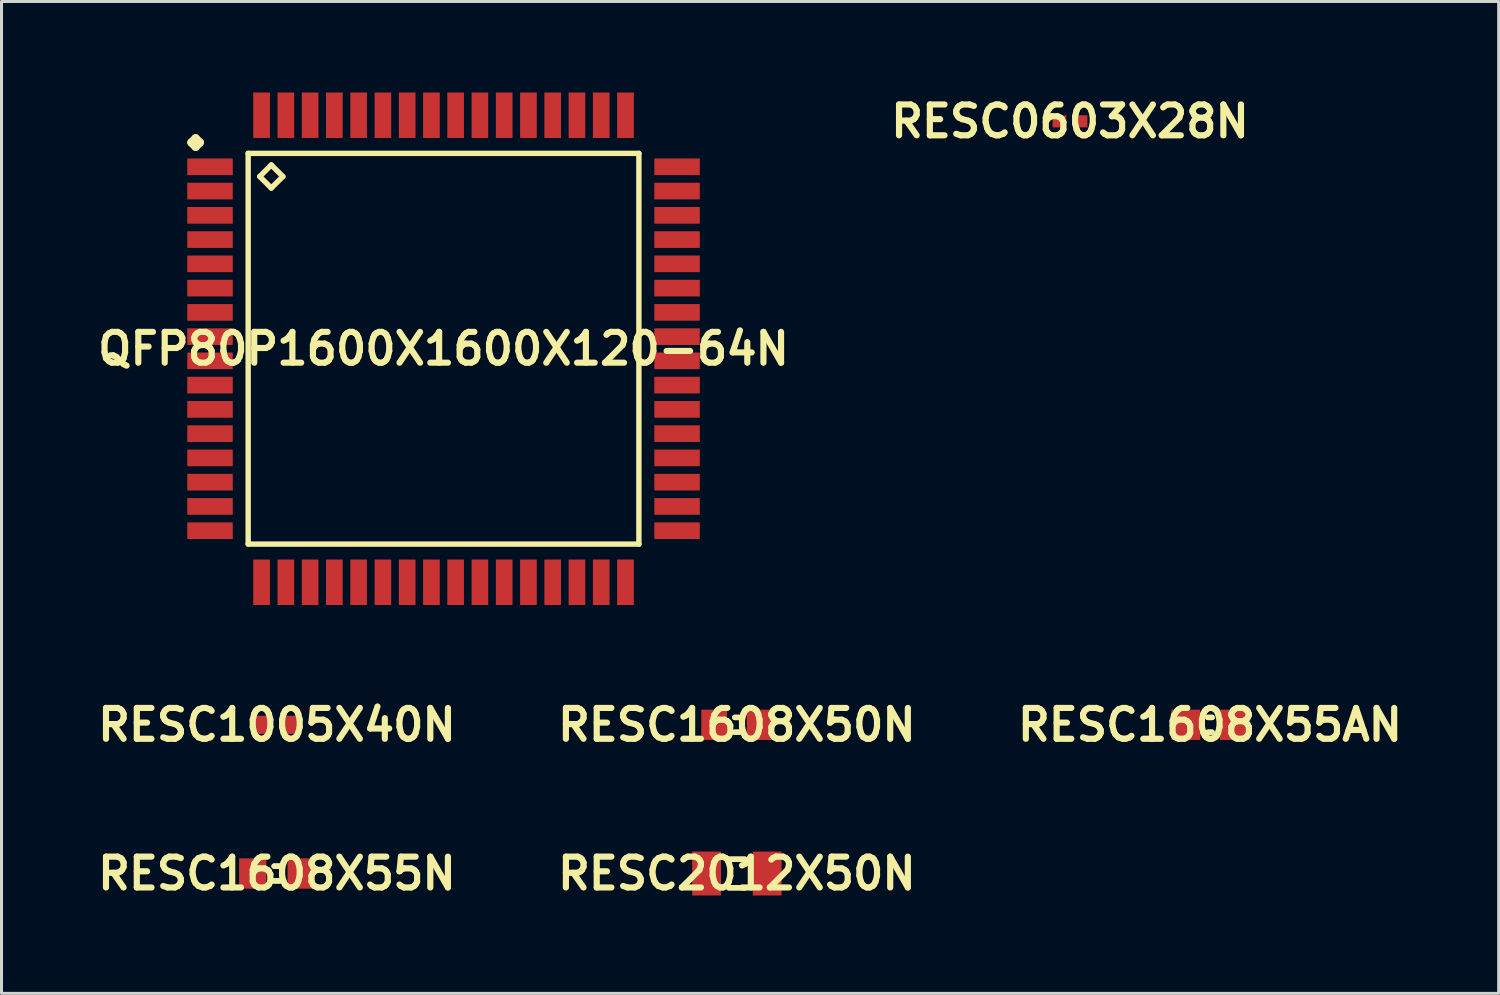
<source format=kicad_pcb>
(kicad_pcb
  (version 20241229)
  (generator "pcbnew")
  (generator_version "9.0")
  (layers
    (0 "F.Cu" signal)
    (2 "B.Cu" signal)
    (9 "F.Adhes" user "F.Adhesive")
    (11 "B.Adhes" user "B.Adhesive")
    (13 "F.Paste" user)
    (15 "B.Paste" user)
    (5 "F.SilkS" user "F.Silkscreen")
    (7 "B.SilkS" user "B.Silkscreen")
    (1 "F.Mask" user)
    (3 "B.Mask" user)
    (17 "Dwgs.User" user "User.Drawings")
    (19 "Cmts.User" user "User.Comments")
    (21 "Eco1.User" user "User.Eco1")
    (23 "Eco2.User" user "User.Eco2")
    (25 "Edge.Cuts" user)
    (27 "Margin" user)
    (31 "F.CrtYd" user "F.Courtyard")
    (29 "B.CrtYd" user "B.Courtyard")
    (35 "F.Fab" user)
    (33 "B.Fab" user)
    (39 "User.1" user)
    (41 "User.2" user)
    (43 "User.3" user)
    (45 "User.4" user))
  (footprint "RESC1005X40N"
    (layer "F.Cu")
    (at 6.081 20.847)
    (property "Reference" "RESC1005X40N" (at 0 0 0) (layer "F.SilkS") (effects (font (size 1.016 1.016) (thickness 0.203))))
    (attr smd)
    (pad "1" smd rect (at -0.45 0) (size 0.599 0.599) (layers "F.Cu" "F.Mask" "F.Paste"))
    (pad "2" smd rect (at 0.45 0) (size 0.599 0.599) (layers "F.Cu" "F.Mask" "F.Paste")))
  (footprint "QFP80P1600X1600X120-64N"
    (layer "F.Cu")
    (at 11.573 8.448)
    (property "Reference" "QFP80P1600X1600X120-64N" (at 0 0 0) (layer "F.SilkS") (effects (font (size 1.016 1.016) (thickness 0.203))))
    (attr smd)
    (fp_line (start -8.311 -6.8) (end -8.174 -6.937) (stroke (width 0.274) (type solid)) (layer "F.SilkS"))
    (fp_line (start -8.174 -6.937) (end -8.037 -6.8) (stroke (width 0.274) (type solid)) (layer "F.SilkS"))
    (fp_line (start -8.174 -6.662) (end -8.311 -6.8) (stroke (width 0.274) (type solid)) (layer "F.SilkS"))
    (fp_line (start -8.037 -6.8) (end -8.174 -6.662) (stroke (width 0.274) (type solid)) (layer "F.SilkS"))
    (fp_line (start -6.441 -6.441) (end -6.441 6.441) (stroke (width 0.178) (type solid)) (layer "F.SilkS"))
    (fp_line (start -6.441 6.441) (end 6.441 6.441) (stroke (width 0.178) (type solid)) (layer "F.SilkS"))
    (fp_line (start -6.06 -5.679) (end -5.679 -6.06) (stroke (width 0.178) (type solid)) (layer "F.SilkS"))
    (fp_line (start -5.679 -6.06) (end -5.298 -5.679) (stroke (width 0.178) (type solid)) (layer "F.SilkS"))
    (fp_line (start -5.679 -5.298) (end -6.06 -5.679) (stroke (width 0.178) (type solid)) (layer "F.SilkS"))
    (fp_line (start -5.298 -5.679) (end -5.679 -5.298) (stroke (width 0.178) (type solid)) (layer "F.SilkS"))
    (fp_line (start 6.441 -6.441) (end -6.441 -6.441) (stroke (width 0.178) (type solid)) (layer "F.SilkS"))
    (fp_line (start 6.441 6.441) (end 6.441 -6.441) (stroke (width 0.178) (type solid)) (layer "F.SilkS"))
    (pad "1" smd rect (at -7.699 -5.999) (size 1.499 0.549) (layers "F.Cu" "F.Mask" "F.Paste"))
    (pad "2" smd rect (at -7.699 -5.199) (size 1.499 0.549) (layers "F.Cu" "F.Mask" "F.Paste"))
    (pad "3" smd rect (at -7.699 -4.399) (size 1.499 0.549) (layers "F.Cu" "F.Mask" "F.Paste"))
    (pad "4" smd rect (at -7.699 -3.599) (size 1.499 0.549) (layers "F.Cu" "F.Mask" "F.Paste"))
    (pad "5" smd rect (at -7.699 -2.799) (size 1.499 0.549) (layers "F.Cu" "F.Mask" "F.Paste"))
    (pad "6" smd rect (at -7.699 -1.999) (size 1.499 0.549) (layers "F.Cu" "F.Mask" "F.Paste"))
    (pad "7" smd rect (at -7.699 -1.199) (size 1.499 0.549) (layers "F.Cu" "F.Mask" "F.Paste"))
    (pad "8" smd rect (at -7.699 -0.399) (size 1.499 0.549) (layers "F.Cu" "F.Mask" "F.Paste"))
    (pad "9" smd rect (at -7.699 0.399) (size 1.499 0.549) (layers "F.Cu" "F.Mask" "F.Paste"))
    (pad "10" smd rect (at -7.699 1.199) (size 1.499 0.549) (layers "F.Cu" "F.Mask" "F.Paste"))
    (pad "11" smd rect (at -7.699 1.999) (size 1.499 0.549) (layers "F.Cu" "F.Mask" "F.Paste"))
    (pad "12" smd rect (at -7.699 2.799) (size 1.499 0.549) (layers "F.Cu" "F.Mask" "F.Paste"))
    (pad "13" smd rect (at -7.699 3.599) (size 1.499 0.549) (layers "F.Cu" "F.Mask" "F.Paste"))
    (pad "14" smd rect (at -7.699 4.399) (size 1.499 0.549) (layers "F.Cu" "F.Mask" "F.Paste"))
    (pad "15" smd rect (at -7.699 5.199) (size 1.499 0.549) (layers "F.Cu" "F.Mask" "F.Paste"))
    (pad "16" smd rect (at -7.699 5.999) (size 1.499 0.549) (layers "F.Cu" "F.Mask" "F.Paste"))
    (pad "17" smd rect (at -5.999 7.699) (size 0.549 1.499) (layers "F.Cu" "F.Mask" "F.Paste"))
    (pad "18" smd rect (at -5.199 7.699) (size 0.549 1.499) (layers "F.Cu" "F.Mask" "F.Paste"))
    (pad "19" smd rect (at -4.399 7.699) (size 0.549 1.499) (layers "F.Cu" "F.Mask" "F.Paste"))
    (pad "20" smd rect (at -3.599 7.699) (size 0.549 1.499) (layers "F.Cu" "F.Mask" "F.Paste"))
    (pad "21" smd rect (at -2.799 7.699) (size 0.549 1.499) (layers "F.Cu" "F.Mask" "F.Paste"))
    (pad "22" smd rect (at -1.999 7.699) (size 0.549 1.499) (layers "F.Cu" "F.Mask" "F.Paste"))
    (pad "23" smd rect (at -1.199 7.699) (size 0.549 1.499) (layers "F.Cu" "F.Mask" "F.Paste"))
    (pad "24" smd rect (at -0.399 7.699) (size 0.549 1.499) (layers "F.Cu" "F.Mask" "F.Paste"))
    (pad "25" smd rect (at 0.399 7.699) (size 0.549 1.499) (layers "F.Cu" "F.Mask" "F.Paste"))
    (pad "26" smd rect (at 1.199 7.699) (size 0.549 1.499) (layers "F.Cu" "F.Mask" "F.Paste"))
    (pad "27" smd rect (at 1.999 7.699) (size 0.549 1.499) (layers "F.Cu" "F.Mask" "F.Paste"))
    (pad "28" smd rect (at 2.799 7.699) (size 0.549 1.499) (layers "F.Cu" "F.Mask" "F.Paste"))
    (pad "29" smd rect (at 3.599 7.699) (size 0.549 1.499) (layers "F.Cu" "F.Mask" "F.Paste"))
    (pad "30" smd rect (at 4.399 7.699) (size 0.549 1.499) (layers "F.Cu" "F.Mask" "F.Paste"))
    (pad "31" smd rect (at 5.199 7.699) (size 0.549 1.499) (layers "F.Cu" "F.Mask" "F.Paste"))
    (pad "32" smd rect (at 5.999 7.699) (size 0.549 1.499) (layers "F.Cu" "F.Mask" "F.Paste"))
    (pad "33" smd rect (at 7.699 5.999) (size 1.499 0.549) (layers "F.Cu" "F.Mask" "F.Paste"))
    (pad "34" smd rect (at 7.699 5.199) (size 1.499 0.549) (layers "F.Cu" "F.Mask" "F.Paste"))
    (pad "35" smd rect (at 7.699 4.399) (size 1.499 0.549) (layers "F.Cu" "F.Mask" "F.Paste"))
    (pad "36" smd rect (at 7.699 3.599) (size 1.499 0.549) (layers "F.Cu" "F.Mask" "F.Paste"))
    (pad "37" smd rect (at 7.699 2.799) (size 1.499 0.549) (layers "F.Cu" "F.Mask" "F.Paste"))
    (pad "38" smd rect (at 7.699 1.999) (size 1.499 0.549) (layers "F.Cu" "F.Mask" "F.Paste"))
    (pad "39" smd rect (at 7.699 1.199) (size 1.499 0.549) (layers "F.Cu" "F.Mask" "F.Paste"))
    (pad "40" smd rect (at 7.699 0.399) (size 1.499 0.549) (layers "F.Cu" "F.Mask" "F.Paste"))
    (pad "41" smd rect (at 7.699 -0.399) (size 1.499 0.549) (layers "F.Cu" "F.Mask" "F.Paste"))
    (pad "42" smd rect (at 7.699 -1.199) (size 1.499 0.549) (layers "F.Cu" "F.Mask" "F.Paste"))
    (pad "43" smd rect (at 7.699 -1.999) (size 1.499 0.549) (layers "F.Cu" "F.Mask" "F.Paste"))
    (pad "44" smd rect (at 7.699 -2.799) (size 1.499 0.549) (layers "F.Cu" "F.Mask" "F.Paste"))
    (pad "45" smd rect (at 7.699 -3.599) (size 1.499 0.549) (layers "F.Cu" "F.Mask" "F.Paste"))
    (pad "46" smd rect (at 7.699 -4.399) (size 1.499 0.549) (layers "F.Cu" "F.Mask" "F.Paste"))
    (pad "47" smd rect (at 7.699 -5.199) (size 1.499 0.549) (layers "F.Cu" "F.Mask" "F.Paste"))
    (pad "48" smd rect (at 7.699 -5.999) (size 1.499 0.549) (layers "F.Cu" "F.Mask" "F.Paste"))
    (pad "49" smd rect (at 5.999 -7.699) (size 0.549 1.499) (layers "F.Cu" "F.Mask" "F.Paste"))
    (pad "50" smd rect (at 5.199 -7.699) (size 0.549 1.499) (layers "F.Cu" "F.Mask" "F.Paste"))
    (pad "51" smd rect (at 4.399 -7.699) (size 0.549 1.499) (layers "F.Cu" "F.Mask" "F.Paste"))
    (pad "52" smd rect (at 3.599 -7.699) (size 0.549 1.499) (layers "F.Cu" "F.Mask" "F.Paste"))
    (pad "53" smd rect (at 2.799 -7.699) (size 0.549 1.499) (layers "F.Cu" "F.Mask" "F.Paste"))
    (pad "54" smd rect (at 1.999 -7.699) (size 0.549 1.499) (layers "F.Cu" "F.Mask" "F.Paste"))
    (pad "55" smd rect (at 1.199 -7.699) (size 0.549 1.499) (layers "F.Cu" "F.Mask" "F.Paste"))
    (pad "56" smd rect (at 0.399 -7.699) (size 0.549 1.499) (layers "F.Cu" "F.Mask" "F.Paste"))
    (pad "57" smd rect (at -0.399 -7.699) (size 0.549 1.499) (layers "F.Cu" "F.Mask" "F.Paste"))
    (pad "58" smd rect (at -1.199 -7.699) (size 0.549 1.499) (layers "F.Cu" "F.Mask" "F.Paste"))
    (pad "59" smd rect (at -1.999 -7.699) (size 0.549 1.499) (layers "F.Cu" "F.Mask" "F.Paste"))
    (pad "60" smd rect (at -2.799 -7.699) (size 0.549 1.499) (layers "F.Cu" "F.Mask" "F.Paste"))
    (pad "61" smd rect (at -3.599 -7.699) (size 0.549 1.499) (layers "F.Cu" "F.Mask" "F.Paste"))
    (pad "62" smd rect (at -4.399 -7.699) (size 0.549 1.499) (layers "F.Cu" "F.Mask" "F.Paste"))
    (pad "63" smd rect (at -5.199 -7.699) (size 0.549 1.499) (layers "F.Cu" "F.Mask" "F.Paste"))
    (pad "64" smd rect (at -5.999 -7.699) (size 0.549 1.499) (layers "F.Cu" "F.Mask" "F.Paste")))
  (footprint "RESC1608X50N"
    (layer "F.Cu")
    (at 21.244 20.847)
    (property "Reference" "RESC1608X50N" (at 0 0 0) (layer "F.SilkS") (effects (font (size 1.016 1.016) (thickness 0.203))))
    (attr smd)
    (fp_line (start -0.069 -0.244) (end 0.069 -0.244) (stroke (width 0.178) (type solid)) (layer "F.SilkS"))
    (fp_line (start -0.069 0.244) (end 0.069 0.244) (stroke (width 0.178) (type solid)) (layer "F.SilkS"))
    (fp_line (start 0.069 -0.244) (end -0.069 -0.244) (stroke (width 0.178) (type solid)) (layer "F.SilkS"))
    (fp_line (start 0.069 0.244) (end -0.069 0.244) (stroke (width 0.178) (type solid)) (layer "F.SilkS"))
    (pad "1" smd rect (at -0.749 0) (size 0.848 0.998) (layers "F.Cu" "F.Mask" "F.Paste"))
    (pad "2" smd rect (at 0.749 0) (size 0.848 0.998) (layers "F.Cu" "F.Mask" "F.Paste")))
  (footprint "RESC0603X28N"
    (layer "F.Cu")
    (at 32.227 0.951)
    (property "Reference" "RESC0603X28N" (at 0 0 0) (layer "F.SilkS") (effects (font (size 1.016 1.016) (thickness 0.203))))
    (attr smd)
    (pad "1" smd rect (at -0.348 0) (size 0.45 0.399) (layers "F.Cu" "F.Mask" "F.Paste"))
    (pad "2" smd rect (at 0.348 0) (size 0.45 0.399) (layers "F.Cu" "F.Mask" "F.Paste")))
  (footprint "RESC1608X55N"
    (layer "F.Cu")
    (at 6.081 25.749)
    (property "Reference" "RESC1608X55N" (at 0 0 0) (layer "F.SilkS") (effects (font (size 1.016 1.016) (thickness 0.203))))
    (attr smd)
    (fp_line (start -0.094 -0.244) (end 0.094 -0.244) (stroke (width 0.178) (type solid)) (layer "F.SilkS"))
    (fp_line (start -0.094 0.244) (end 0.094 0.244) (stroke (width 0.178) (type solid)) (layer "F.SilkS"))
    (fp_line (start 0.094 -0.244) (end -0.094 -0.244) (stroke (width 0.178) (type solid)) (layer "F.SilkS"))
    (fp_line (start 0.094 0.244) (end -0.094 0.244) (stroke (width 0.178) (type solid)) (layer "F.SilkS"))
    (pad "1" smd rect (at -0.798 0) (size 0.899 0.998) (layers "F.Cu" "F.Mask" "F.Paste"))
    (pad "2" smd rect (at 0.798 0) (size 0.899 0.998) (layers "F.Cu" "F.Mask" "F.Paste")))
  (footprint "RESC2012X50N"
    (layer "F.Cu")
    (at 21.244 25.749)
    (property "Reference" "RESC2012X50N" (at 0 0 0) (layer "F.SilkS") (effects (font (size 1.016 1.016) (thickness 0.203))))
    (attr smd)
    (fp_line (start -0.269 -0.47) (end 0.269 -0.47) (stroke (width 0.178) (type solid)) (layer "F.SilkS"))
    (fp_line (start -0.269 0.47) (end 0.269 0.47) (stroke (width 0.178) (type solid)) (layer "F.SilkS"))
    (fp_line (start 0.269 -0.47) (end -0.269 -0.47) (stroke (width 0.178) (type solid)) (layer "F.SilkS"))
    (fp_line (start 0.269 0.47) (end -0.269 0.47) (stroke (width 0.178) (type solid)) (layer "F.SilkS"))
    (pad "1" smd rect (at -0.998 0) (size 0.95 1.448) (layers "F.Cu" "F.Mask" "F.Paste"))
    (pad "2" smd rect (at 0.998 0) (size 0.95 1.448) (layers "F.Cu" "F.Mask" "F.Paste")))
  (footprint "RESC1608X55AN"
    (layer "F.Cu")
    (at 36.843 20.847)
    (property "Reference" "RESC1608X55AN" (at 0 0 0) (layer "F.SilkS") (effects (font (size 1.016 1.016) (thickness 0.203))))
    (attr smd)
    (fp_line (start -0.069 -0.244) (end 0.069 -0.244) (stroke (width 0.178) (type solid)) (layer "F.SilkS"))
    (fp_line (start -0.069 0.244) (end 0.069 0.244) (stroke (width 0.178) (type solid)) (layer "F.SilkS"))
    (fp_line (start 0.069 -0.244) (end -0.069 -0.244) (stroke (width 0.178) (type solid)) (layer "F.SilkS"))
    (fp_line (start 0.069 0.244) (end -0.069 0.244) (stroke (width 0.178) (type solid)) (layer "F.SilkS"))
    (pad "1" smd rect (at -0.798 0) (size 0.95 0.998) (layers "F.Cu" "F.Mask" "F.Paste"))
    (pad "2" smd rect (at 0.798 0) (size 0.95 0.998) (layers "F.Cu" "F.Mask" "F.Paste")))
  (gr_rect
    (start -3 -3)
    (end 46.36 29.7)
    (stroke (width 0.1) (type default))
    (fill no)
    (layer "Edge.Cuts")))
</source>
